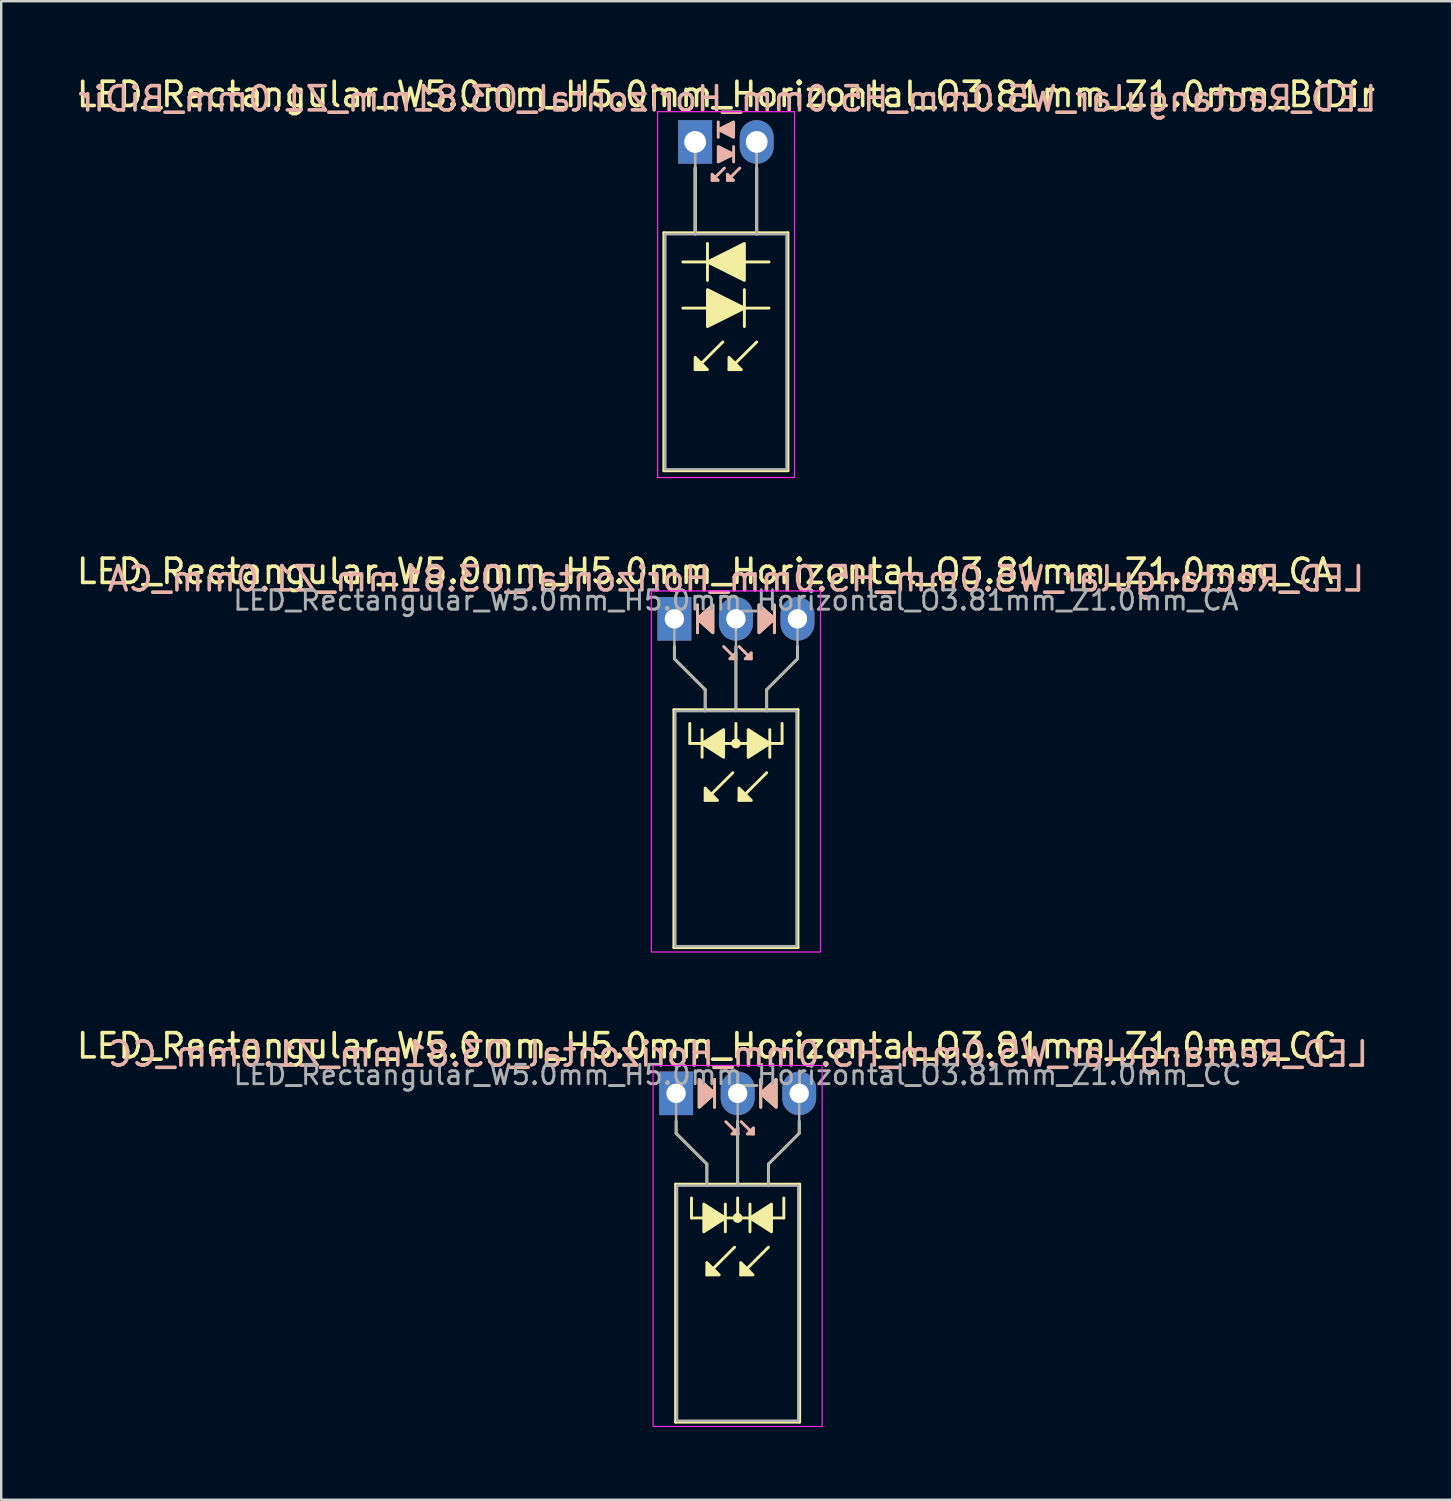
<source format=kicad_pcb>
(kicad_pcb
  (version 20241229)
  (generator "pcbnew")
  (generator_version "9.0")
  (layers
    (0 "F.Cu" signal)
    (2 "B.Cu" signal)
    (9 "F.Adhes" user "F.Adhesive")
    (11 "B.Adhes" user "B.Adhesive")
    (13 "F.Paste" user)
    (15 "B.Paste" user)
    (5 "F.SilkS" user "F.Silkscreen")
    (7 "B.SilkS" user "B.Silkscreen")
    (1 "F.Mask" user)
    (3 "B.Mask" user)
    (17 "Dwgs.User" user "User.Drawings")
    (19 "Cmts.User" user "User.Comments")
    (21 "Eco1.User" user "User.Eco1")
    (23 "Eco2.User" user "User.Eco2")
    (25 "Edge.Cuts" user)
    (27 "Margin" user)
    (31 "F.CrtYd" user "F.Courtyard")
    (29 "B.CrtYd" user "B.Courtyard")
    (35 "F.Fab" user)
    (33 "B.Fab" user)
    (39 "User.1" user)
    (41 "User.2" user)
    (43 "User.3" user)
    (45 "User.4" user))
  (footprint "LED_Rectangular_W5.0mm_H5.0mm_Horizontal_O3.81mm_Z1.0mm_CA"
    (layer "F.Cu")
    (at 24.784 22.491)
    (property "Reference" "LED_Rectangular_W5.0mm_H5.0mm_Horizontal_O3.81mm_Z1.0mm_CA" (at 1.27 -1.96 0) (layer "F.SilkS") (effects (font (size 1 1) (thickness 0.15))))
    (fp_line (start -0.02 3.75) (end -0.02 13.57) (stroke (width 0.12) (type solid)) (layer "F.SilkS"))
    (fp_line (start -0.02 13.57) (end 5.1 13.57) (stroke (width 0.12) (type solid)) (layer "F.SilkS"))
    (fp_line (start 0 1.143) (end 0 1.651) (stroke (width 0.12) (type default)) (layer "F.SilkS"))
    (fp_line (start 0 1.651) (end 1.27 2.921) (stroke (width 0.12) (type default)) (layer "F.SilkS"))
    (fp_line (start 0.635 5.144) (end 0.635 4.318) (stroke (width 0.12) (type default)) (layer "F.SilkS"))
    (fp_line (start 0.635 5.144) (end 4.445 5.144) (stroke (width 0.12) (type default)) (layer "F.SilkS"))
    (fp_line (start 0.953 -0.572) (end 0.953 0.572) (stroke (width 0.12) (type solid)) (layer "F.SilkS"))
    (fp_line (start 1.143 4.572) (end 1.143 5.715) (stroke (width 0.12) (type solid)) (layer "F.SilkS"))
    (fp_line (start 1.27 2.921) (end 1.27 3.75) (stroke (width 0.12) (type default)) (layer "F.SilkS"))
    (fp_line (start 1.27 3.75) (end 1.27 3.75) (stroke (width 0.12) (type solid)) (layer "F.SilkS"))
    (fp_line (start 2.413 6.35) (end 1.27 7.493) (stroke (width 0.12) (type solid)) (layer "F.SilkS"))
    (fp_line (start 2.54 3.75) (end 2.54 1.143) (stroke (width 0.12) (type default)) (layer "F.SilkS"))
    (fp_line (start 2.54 5.144) (end 2.54 4.318) (stroke (width 0.12) (type default)) (layer "F.SilkS"))
    (fp_line (start 3.81 2.921) (end 3.81 3.75) (stroke (width 0.12) (type default)) (layer "F.SilkS"))
    (fp_line (start 3.81 3.75) (end 3.81 3.75) (stroke (width 0.12) (type solid)) (layer "F.SilkS"))
    (fp_line (start 3.81 6.35) (end 2.667 7.493) (stroke (width 0.12) (type solid)) (layer "F.SilkS"))
    (fp_line (start 3.937 5.715) (end 3.937 4.572) (stroke (width 0.12) (type solid)) (layer "F.SilkS"))
    (fp_line (start 4.128 0.572) (end 4.128 -0.572) (stroke (width 0.12) (type solid)) (layer "F.SilkS"))
    (fp_line (start 4.445 5.144) (end 4.445 4.318) (stroke (width 0.12) (type default)) (layer "F.SilkS"))
    (fp_line (start 5.08 1.143) (end 5.08 1.651) (stroke (width 0.12) (type default)) (layer "F.SilkS"))
    (fp_line (start 5.08 1.651) (end 3.81 2.921) (stroke (width 0.12) (type default)) (layer "F.SilkS"))
    (fp_line (start 5.1 3.75) (end -0.02 3.75) (stroke (width 0.12) (type solid)) (layer "F.SilkS"))
    (fp_line (start 5.1 13.57) (end 5.1 3.75) (stroke (width 0.12) (type solid)) (layer "F.SilkS"))
    (fp_circle (center 2.54 5.144) (end 2.682 5.144) (stroke (width 0.12) (type solid)) (fill yes) (layer "F.SilkS"))
    (fp_poly (pts (xy 1.27 6.985) (xy 1.778 7.493) (xy 1.27 7.493)) (stroke (width 0.12) (type solid)) (fill yes) (layer "F.SilkS"))
    (fp_poly (pts (xy 1.587 0.572) (xy 0.953 0) (xy 1.587 -0.572)) (stroke (width 0.12) (type solid)) (fill yes) (layer "F.SilkS"))
    (fp_poly (pts (xy 2.032 5.715) (xy 1.143 5.144) (xy 2.032 4.572)) (stroke (width 0.12) (type solid)) (fill yes) (layer "F.SilkS"))
    (fp_poly (pts (xy 2.667 6.985) (xy 3.175 7.493) (xy 2.667 7.493)) (stroke (width 0.12) (type solid)) (fill yes) (layer "F.SilkS"))
    (fp_poly (pts (xy 3.048 4.572) (xy 3.937 5.144) (xy 3.048 5.715)) (stroke (width 0.12) (type solid)) (fill yes) (layer "F.SilkS"))
    (fp_poly (pts (xy 3.493 -0.572) (xy 4.128 0) (xy 3.493 0.572)) (stroke (width 0.12) (type solid)) (fill yes) (layer "F.SilkS"))
    (fp_line (start 0.953 -0.572) (end 0.953 0.572) (stroke (width 0.12) (type solid)) (layer "B.SilkS"))
    (fp_line (start 2.54 1.651) (end 2.032 1.143) (stroke (width 0.12) (type solid)) (layer "B.SilkS"))
    (fp_line (start 3.175 1.651) (end 2.667 1.143) (stroke (width 0.12) (type solid)) (layer "B.SilkS"))
    (fp_line (start 4.128 0.572) (end 4.128 -0.572) (stroke (width 0.12) (type solid)) (layer "B.SilkS"))
    (fp_poly (pts (xy 1.587 0.572) (xy 0.953 0) (xy 1.587 -0.572)) (stroke (width 0.12) (type solid)) (fill yes) (layer "B.SilkS"))
    (fp_poly (pts (xy 2.54 1.397) (xy 2.286 1.651) (xy 2.54 1.651)) (stroke (width 0.12) (type solid)) (fill yes) (layer "B.SilkS"))
    (fp_poly (pts (xy 3.175 1.397) (xy 2.921 1.651) (xy 3.175 1.651)) (stroke (width 0.12) (type solid)) (fill yes) (layer "B.SilkS"))
    (fp_poly (pts (xy 3.493 0.572) (xy 4.128 0) (xy 3.493 -0.572)) (stroke (width 0.12) (type solid)) (fill yes) (layer "B.SilkS"))
    (fp_rect (start -0.95 -1.15) (end 6.03 13.75) (stroke (width 0.05) (type default)) (fill no) (layer "F.CrtYd"))
    (fp_line (start 0 0) (end 0 0) (stroke (width 0.1) (type solid)) (layer "F.Fab"))
    (fp_line (start 0 1.651) (end 0 0) (stroke (width 0.1) (type default)) (layer "F.Fab"))
    (fp_line (start 0.04 3.81) (end 0.04 13.51) (stroke (width 0.1) (type solid)) (layer "F.Fab"))
    (fp_line (start 0.04 13.51) (end 5.04 13.51) (stroke (width 0.1) (type solid)) (layer "F.Fab"))
    (fp_line (start 1.27 2.921) (end 0 1.651) (stroke (width 0.1) (type default)) (layer "F.Fab"))
    (fp_line (start 1.27 2.921) (end 1.27 3.81) (stroke (width 0.1) (type default)) (layer "F.Fab"))
    (fp_line (start 1.27 3.81) (end 1.27 3.81) (stroke (width 0.1) (type solid)) (layer "F.Fab"))
    (fp_line (start 2.54 0) (end 2.54 0) (stroke (width 0.1) (type solid)) (layer "F.Fab"))
    (fp_line (start 2.54 0) (end 2.54 3.81) (stroke (width 0.1) (type default)) (layer "F.Fab"))
    (fp_line (start 3.81 2.921) (end 3.81 3.81) (stroke (width 0.1) (type default)) (layer "F.Fab"))
    (fp_line (start 3.81 2.921) (end 5.08 1.651) (stroke (width 0.1) (type default)) (layer "F.Fab"))
    (fp_line (start 3.81 3.81) (end 3.81 3.81) (stroke (width 0.1) (type solid)) (layer "F.Fab"))
    (fp_line (start 5.04 3.81) (end 0.04 3.81) (stroke (width 0.1) (type solid)) (layer "F.Fab"))
    (fp_line (start 5.04 13.51) (end 5.04 3.81) (stroke (width 0.1) (type solid)) (layer "F.Fab"))
    (fp_line (start 5.08 1.651) (end 5.08 0) (stroke (width 0.1) (type default)) (layer "F.Fab"))
    (fp_text user "${REFERENCE}" (at 2.54 -1.651 0) (layer "B.SilkS") (effects (font (size 1 1) (thickness 0.15)) (justify mirror)))
    (fp_text user "${REFERENCE}" (at 2.54 -0.762 0) (layer "F.Fab") (effects (font (size 0.8 0.8) (thickness 0.12))))
    (pad "1" thru_hole rect (at 0 0) (size 1.4 1.8) (drill 0.8) (layers "*.Cu" "*.Mask"))
    (pad "2" thru_hole oval (at 2.54 0) (size 1.4 1.8) (drill 0.8) (layers "*.Cu" "*.Mask"))
    (pad "3" thru_hole oval (at 5.08 0) (size 1.4 1.8) (drill 0.8) (layers "*.Cu" "*.Mask")))
  (footprint "LED_Rectangular_W5.0mm_H5.0mm_Horizontal_O3.81mm_Z1.0mm_CC"
    (layer "F.Cu")
    (at 24.855 42.075)
    (property "Reference" "LED_Rectangular_W5.0mm_H5.0mm_Horizontal_O3.81mm_Z1.0mm_CC" (at 1.27 -1.96 0) (layer "F.SilkS") (effects (font (size 1 1) (thickness 0.15))))
    (fp_line (start -0.02 3.75) (end -0.02 13.57) (stroke (width 0.12) (type solid)) (layer "F.SilkS"))
    (fp_line (start -0.02 13.57) (end 5.1 13.57) (stroke (width 0.12) (type solid)) (layer "F.SilkS"))
    (fp_line (start 0 1.143) (end 0 1.651) (stroke (width 0.12) (type default)) (layer "F.SilkS"))
    (fp_line (start 0 1.651) (end 1.27 2.921) (stroke (width 0.12) (type default)) (layer "F.SilkS"))
    (fp_line (start 0.635 5.144) (end 0.635 4.318) (stroke (width 0.12) (type default)) (layer "F.SilkS"))
    (fp_line (start 0.635 5.144) (end 4.445 5.144) (stroke (width 0.12) (type default)) (layer "F.SilkS"))
    (fp_line (start 1.27 2.921) (end 1.27 3.75) (stroke (width 0.12) (type default)) (layer "F.SilkS"))
    (fp_line (start 1.27 3.75) (end 1.27 3.75) (stroke (width 0.12) (type solid)) (layer "F.SilkS"))
    (fp_line (start 1.587 0.572) (end 1.587 -0.572) (stroke (width 0.12) (type solid)) (layer "F.SilkS"))
    (fp_line (start 2.032 5.715) (end 2.032 4.572) (stroke (width 0.12) (type solid)) (layer "F.SilkS"))
    (fp_line (start 2.413 6.35) (end 1.27 7.493) (stroke (width 0.12) (type solid)) (layer "F.SilkS"))
    (fp_line (start 2.54 3.75) (end 2.54 1.143) (stroke (width 0.12) (type default)) (layer "F.SilkS"))
    (fp_line (start 2.54 5.144) (end 2.54 4.318) (stroke (width 0.12) (type default)) (layer "F.SilkS"))
    (fp_line (start 3.048 4.572) (end 3.048 5.715) (stroke (width 0.12) (type solid)) (layer "F.SilkS"))
    (fp_line (start 3.493 -0.572) (end 3.493 0.572) (stroke (width 0.12) (type solid)) (layer "F.SilkS"))
    (fp_line (start 3.81 2.921) (end 3.81 3.75) (stroke (width 0.12) (type default)) (layer "F.SilkS"))
    (fp_line (start 3.81 3.75) (end 3.81 3.75) (stroke (width 0.12) (type solid)) (layer "F.SilkS"))
    (fp_line (start 3.81 6.35) (end 2.667 7.493) (stroke (width 0.12) (type solid)) (layer "F.SilkS"))
    (fp_line (start 4.445 5.144) (end 4.445 4.318) (stroke (width 0.12) (type default)) (layer "F.SilkS"))
    (fp_line (start 5.08 1.143) (end 5.08 1.651) (stroke (width 0.12) (type default)) (layer "F.SilkS"))
    (fp_line (start 5.08 1.651) (end 3.81 2.921) (stroke (width 0.12) (type default)) (layer "F.SilkS"))
    (fp_line (start 5.1 3.75) (end -0.02 3.75) (stroke (width 0.12) (type solid)) (layer "F.SilkS"))
    (fp_line (start 5.1 13.57) (end 5.1 3.75) (stroke (width 0.12) (type solid)) (layer "F.SilkS"))
    (fp_circle (center 2.54 5.144) (end 2.682 5.144) (stroke (width 0.12) (type solid)) (fill yes) (layer "F.SilkS"))
    (fp_poly (pts (xy 0.953 -0.572) (xy 1.587 0) (xy 0.953 0.572)) (stroke (width 0.12) (type solid)) (fill yes) (layer "F.SilkS"))
    (fp_poly (pts (xy 1.143 4.572) (xy 2.032 5.144) (xy 1.143 5.715)) (stroke (width 0.12) (type solid)) (fill yes) (layer "F.SilkS"))
    (fp_poly (pts (xy 1.27 6.985) (xy 1.778 7.493) (xy 1.27 7.493)) (stroke (width 0.12) (type solid)) (fill yes) (layer "F.SilkS"))
    (fp_poly (pts (xy 2.667 6.985) (xy 3.175 7.493) (xy 2.667 7.493)) (stroke (width 0.12) (type solid)) (fill yes) (layer "F.SilkS"))
    (fp_poly (pts (xy 3.937 5.715) (xy 3.048 5.144) (xy 3.937 4.572)) (stroke (width 0.12) (type solid)) (fill yes) (layer "F.SilkS"))
    (fp_poly (pts (xy 4.128 0.572) (xy 3.493 0) (xy 4.128 -0.572)) (stroke (width 0.12) (type solid)) (fill yes) (layer "F.SilkS"))
    (fp_line (start 1.587 0.572) (end 1.587 -0.572) (stroke (width 0.12) (type solid)) (layer "B.SilkS"))
    (fp_line (start 2.559 1.679) (end 2.051 1.171) (stroke (width 0.12) (type solid)) (layer "B.SilkS"))
    (fp_line (start 3.194 1.679) (end 2.686 1.171) (stroke (width 0.12) (type solid)) (layer "B.SilkS"))
    (fp_line (start 3.493 -0.572) (end 3.493 0.572) (stroke (width 0.12) (type solid)) (layer "B.SilkS"))
    (fp_poly (pts (xy 0.953 0.572) (xy 1.587 0) (xy 0.953 -0.572)) (stroke (width 0.12) (type solid)) (fill yes) (layer "B.SilkS"))
    (fp_poly (pts (xy 2.559 1.425) (xy 2.305 1.679) (xy 2.559 1.679)) (stroke (width 0.12) (type solid)) (fill yes) (layer "B.SilkS"))
    (fp_poly (pts (xy 3.194 1.425) (xy 2.94 1.679) (xy 3.194 1.679)) (stroke (width 0.12) (type solid)) (fill yes) (layer "B.SilkS"))
    (fp_poly (pts (xy 4.128 0.572) (xy 3.493 0) (xy 4.128 -0.572)) (stroke (width 0.12) (type solid)) (fill yes) (layer "B.SilkS"))
    (fp_rect (start -0.95 -1.15) (end 6.03 13.75) (stroke (width 0.05) (type default)) (fill no) (layer "F.CrtYd"))
    (fp_line (start 0 0) (end 0 0) (stroke (width 0.1) (type solid)) (layer "F.Fab"))
    (fp_line (start 0 1.651) (end 0 0) (stroke (width 0.1) (type default)) (layer "F.Fab"))
    (fp_line (start 0.04 3.81) (end 0.04 13.51) (stroke (width 0.1) (type solid)) (layer "F.Fab"))
    (fp_line (start 0.04 13.51) (end 5.04 13.51) (stroke (width 0.1) (type solid)) (layer "F.Fab"))
    (fp_line (start 1.27 2.921) (end 0 1.651) (stroke (width 0.1) (type default)) (layer "F.Fab"))
    (fp_line (start 1.27 2.921) (end 1.27 3.81) (stroke (width 0.1) (type default)) (layer "F.Fab"))
    (fp_line (start 1.27 3.81) (end 1.27 3.81) (stroke (width 0.1) (type solid)) (layer "F.Fab"))
    (fp_line (start 2.54 0) (end 2.54 0) (stroke (width 0.1) (type solid)) (layer "F.Fab"))
    (fp_line (start 2.54 0) (end 2.54 3.81) (stroke (width 0.1) (type default)) (layer "F.Fab"))
    (fp_line (start 3.81 2.921) (end 3.81 3.81) (stroke (width 0.1) (type default)) (layer "F.Fab"))
    (fp_line (start 3.81 2.921) (end 5.08 1.651) (stroke (width 0.1) (type default)) (layer "F.Fab"))
    (fp_line (start 3.81 3.81) (end 3.81 3.81) (stroke (width 0.1) (type solid)) (layer "F.Fab"))
    (fp_line (start 5.04 3.81) (end 0.04 3.81) (stroke (width 0.1) (type solid)) (layer "F.Fab"))
    (fp_line (start 5.04 13.51) (end 5.04 3.81) (stroke (width 0.1) (type solid)) (layer "F.Fab"))
    (fp_line (start 5.08 1.651) (end 5.08 0) (stroke (width 0.1) (type default)) (layer "F.Fab"))
    (fp_text user "${REFERENCE}" (at 2.559 -1.623 0) (layer "B.SilkS") (effects (font (size 1 1) (thickness 0.15)) (justify mirror)))
    (fp_text user "${REFERENCE}" (at 2.54 -0.762 0) (layer "F.Fab") (effects (font (size 0.8 0.8) (thickness 0.12))))
    (pad "1" thru_hole rect (at 0 0) (size 1.4 1.8) (drill 0.8) (layers "*.Cu" "*.Mask"))
    (pad "2" thru_hole oval (at 2.54 0) (size 1.4 1.8) (drill 0.8) (layers "*.Cu" "*.Mask"))
    (pad "3" thru_hole oval (at 5.08 0) (size 1.4 1.8) (drill 0.8) (layers "*.Cu" "*.Mask")))
  (footprint "LED_Rectangular_W5.0mm_H5.0mm_Horizontal_O3.81mm_Z1.0mm_BiDir"
    (layer "F.Cu")
    (at 25.641 2.808)
    (property "Reference" "LED_Rectangular_W5.0mm_H5.0mm_Horizontal_O3.81mm_Z1.0mm_BiDir" (at 1.27 -1.96 0) (layer "F.SilkS") (effects (font (size 1 1) (thickness 0.15))))
    (fp_line (start -1.29 3.75) (end -1.29 13.57) (stroke (width 0.12) (type solid)) (layer "F.SilkS"))
    (fp_line (start -1.29 13.57) (end 3.83 13.57) (stroke (width 0.12) (type solid)) (layer "F.SilkS"))
    (fp_line (start -0.508 6.858) (end 0.508 6.858) (stroke (width 0.12) (type solid)) (layer "F.SilkS"))
    (fp_line (start 0 1.08) (end 0 1.08) (stroke (width 0.12) (type solid)) (layer "F.SilkS"))
    (fp_line (start 0 1.08) (end 0 3.75) (stroke (width 0.12) (type solid)) (layer "F.SilkS"))
    (fp_line (start 0 3.75) (end 0 1.08) (stroke (width 0.12) (type solid)) (layer "F.SilkS"))
    (fp_line (start 0 3.75) (end 0 3.75) (stroke (width 0.12) (type solid)) (layer "F.SilkS"))
    (fp_line (start 0.508 4.191) (end 0.508 5.715) (stroke (width 0.12) (type solid)) (layer "F.SilkS"))
    (fp_line (start 0.508 4.953) (end -0.508 4.953) (stroke (width 0.12) (type solid)) (layer "F.SilkS"))
    (fp_line (start 1.143 8.255) (end 0 9.398) (stroke (width 0.12) (type solid)) (layer "F.SilkS"))
    (fp_line (start 2.032 6.858) (end 3.048 6.858) (stroke (width 0.12) (type solid)) (layer "F.SilkS"))
    (fp_line (start 2.032 7.62) (end 2.032 6.096) (stroke (width 0.12) (type solid)) (layer "F.SilkS"))
    (fp_line (start 2.54 1.08) (end 2.54 1.08) (stroke (width 0.12) (type solid)) (layer "F.SilkS"))
    (fp_line (start 2.54 1.08) (end 2.54 3.75) (stroke (width 0.12) (type solid)) (layer "F.SilkS"))
    (fp_line (start 2.54 3.75) (end 2.54 1.08) (stroke (width 0.12) (type solid)) (layer "F.SilkS"))
    (fp_line (start 2.54 3.75) (end 2.54 3.75) (stroke (width 0.12) (type solid)) (layer "F.SilkS"))
    (fp_line (start 2.54 8.255) (end 1.397 9.398) (stroke (width 0.12) (type solid)) (layer "F.SilkS"))
    (fp_line (start 3.048 4.953) (end 2.032 4.953) (stroke (width 0.12) (type solid)) (layer "F.SilkS"))
    (fp_line (start 3.83 3.75) (end -1.29 3.75) (stroke (width 0.12) (type solid)) (layer "F.SilkS"))
    (fp_line (start 3.83 13.57) (end 3.83 3.75) (stroke (width 0.12) (type solid)) (layer "F.SilkS"))
    (fp_poly (pts (xy 0 8.89) (xy 0.508 9.398) (xy 0 9.398)) (stroke (width 0.12) (type solid)) (fill yes) (layer "F.SilkS"))
    (fp_poly (pts (xy 0.508 6.096) (xy 2.032 6.858) (xy 0.508 7.62)) (stroke (width 0.12) (type solid)) (fill yes) (layer "F.SilkS"))
    (fp_poly (pts (xy 1.397 8.89) (xy 1.905 9.398) (xy 1.397 9.398)) (stroke (width 0.12) (type solid)) (fill yes) (layer "F.SilkS"))
    (fp_poly (pts (xy 2.032 5.715) (xy 0.508 4.953) (xy 2.032 4.191)) (stroke (width 0.12) (type solid)) (fill yes) (layer "F.SilkS"))
    (fp_line (start 0.953 -0.826) (end 0.953 -0.191) (stroke (width 0.12) (type solid)) (layer "B.SilkS"))
    (fp_line (start 1.206 1.079) (end 0.699 1.587) (stroke (width 0.12) (type solid)) (layer "B.SilkS"))
    (fp_line (start 1.587 0.826) (end 1.587 0.191) (stroke (width 0.12) (type solid)) (layer "B.SilkS"))
    (fp_line (start 1.841 1.079) (end 1.333 1.587) (stroke (width 0.12) (type solid)) (layer "B.SilkS"))
    (fp_poly (pts (xy 0.699 1.333) (xy 0.953 1.587) (xy 0.699 1.587)) (stroke (width 0.12) (type solid)) (fill yes) (layer "B.SilkS"))
    (fp_poly (pts (xy 0.953 0.191) (xy 1.587 0.508) (xy 0.953 0.826)) (stroke (width 0.12) (type solid)) (fill yes) (layer "B.SilkS"))
    (fp_poly (pts (xy 1.333 1.333) (xy 1.587 1.587) (xy 1.333 1.587)) (stroke (width 0.12) (type solid)) (fill yes) (layer "B.SilkS"))
    (fp_poly (pts (xy 1.587 -0.191) (xy 0.953 -0.508) (xy 1.587 -0.826)) (stroke (width 0.12) (type solid)) (fill yes) (layer "B.SilkS"))
    (fp_line (start -1.55 -1.25) (end -1.55 13.85) (stroke (width 0.05) (type solid)) (layer "F.CrtYd"))
    (fp_line (start -1.55 13.85) (end 4.1 13.85) (stroke (width 0.05) (type solid)) (layer "F.CrtYd"))
    (fp_line (start 4.1 -1.25) (end -1.55 -1.25) (stroke (width 0.05) (type solid)) (layer "F.CrtYd"))
    (fp_line (start 4.1 13.85) (end 4.1 -1.25) (stroke (width 0.05) (type solid)) (layer "F.CrtYd"))
    (fp_line (start -1.23 3.81) (end -1.23 13.51) (stroke (width 0.1) (type solid)) (layer "F.Fab"))
    (fp_line (start -1.23 13.51) (end 3.77 13.51) (stroke (width 0.1) (type solid)) (layer "F.Fab"))
    (fp_line (start 0 0) (end 0 0) (stroke (width 0.1) (type solid)) (layer "F.Fab"))
    (fp_line (start 0 0) (end 0 3.81) (stroke (width 0.1) (type solid)) (layer "F.Fab"))
    (fp_line (start 0 3.81) (end 0 0) (stroke (width 0.1) (type solid)) (layer "F.Fab"))
    (fp_line (start 0 3.81) (end 0 3.81) (stroke (width 0.1) (type solid)) (layer "F.Fab"))
    (fp_line (start 2.54 0) (end 2.54 0) (stroke (width 0.1) (type solid)) (layer "F.Fab"))
    (fp_line (start 2.54 0) (end 2.54 3.81) (stroke (width 0.1) (type solid)) (layer "F.Fab"))
    (fp_line (start 2.54 3.81) (end 2.54 0) (stroke (width 0.1) (type solid)) (layer "F.Fab"))
    (fp_line (start 2.54 3.81) (end 2.54 3.81) (stroke (width 0.1) (type solid)) (layer "F.Fab"))
    (fp_line (start 3.77 3.81) (end -1.23 3.81) (stroke (width 0.1) (type solid)) (layer "F.Fab"))
    (fp_line (start 3.77 13.51) (end 3.77 3.81) (stroke (width 0.1) (type solid)) (layer "F.Fab"))
    (fp_text user "${REFERENCE}" (at 1.333 -1.778 0) (layer "B.SilkS") (effects (font (size 1 1) (thickness 0.15)) (justify mirror)))
    (pad "1" thru_hole rect (at 0 0) (size 1.4 1.8) (drill 0.9) (layers "*.Cu" "*.Mask"))
    (pad "2" thru_hole oval (at 2.54 0) (size 1.4 1.8) (drill 0.9) (layers "*.Cu" "*.Mask")))
  (gr_rect
    (start -3 -3)
    (end 56.885 58.85)
    (stroke (width 0.1) (type default))
    (fill no)
    (layer "Edge.Cuts")))
</source>
